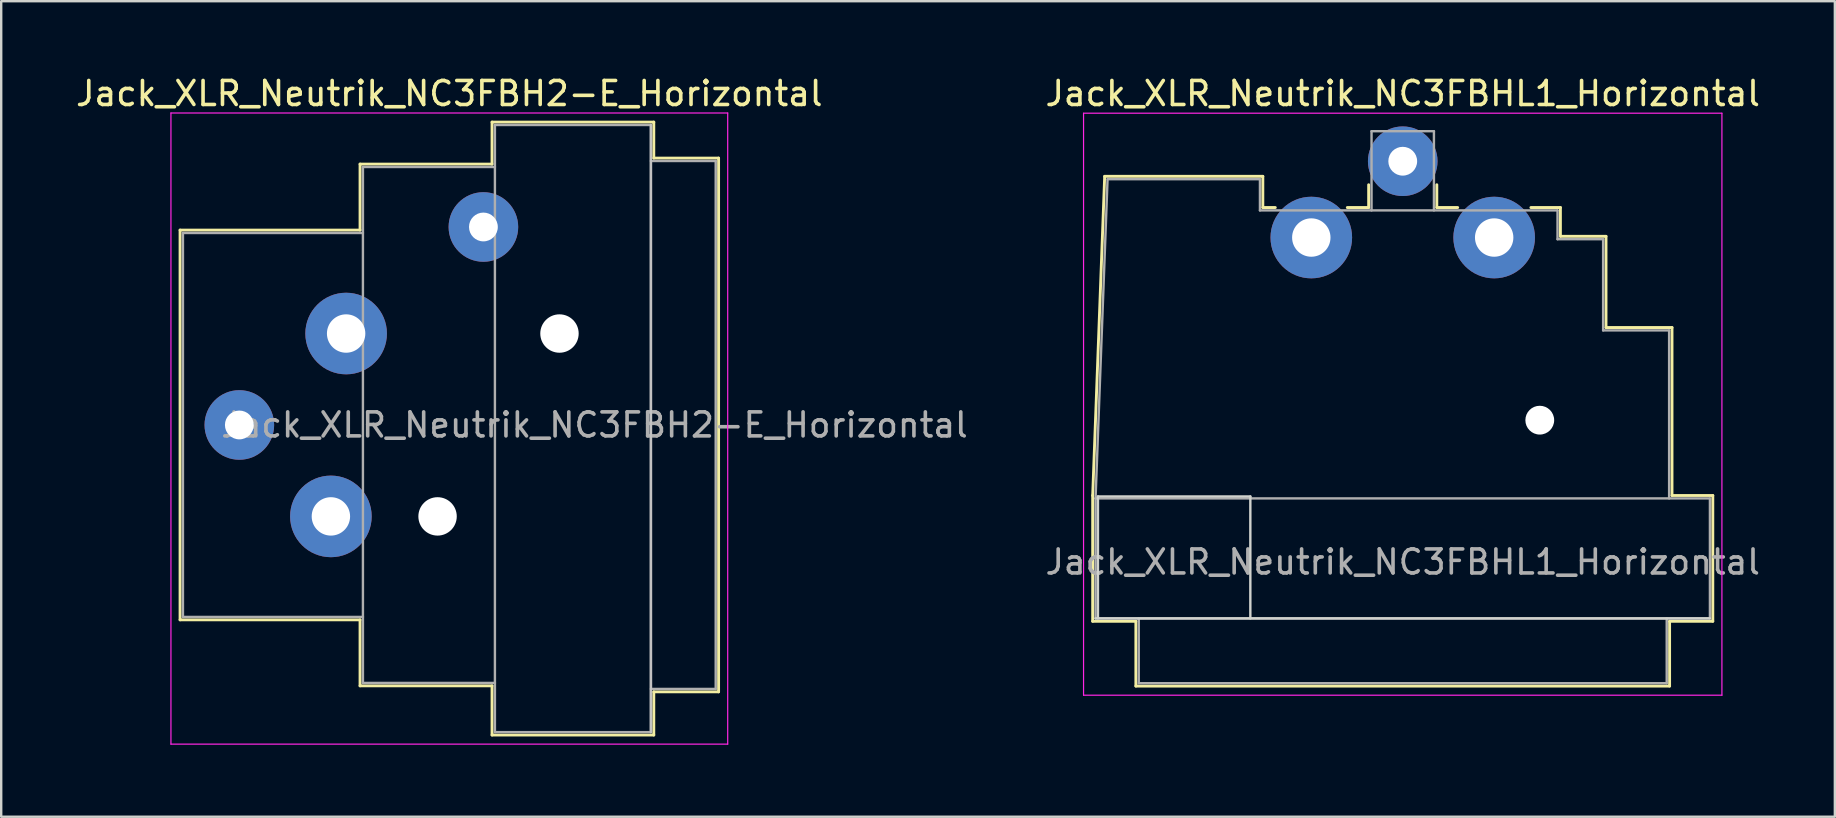
<source format=kicad_pcb>
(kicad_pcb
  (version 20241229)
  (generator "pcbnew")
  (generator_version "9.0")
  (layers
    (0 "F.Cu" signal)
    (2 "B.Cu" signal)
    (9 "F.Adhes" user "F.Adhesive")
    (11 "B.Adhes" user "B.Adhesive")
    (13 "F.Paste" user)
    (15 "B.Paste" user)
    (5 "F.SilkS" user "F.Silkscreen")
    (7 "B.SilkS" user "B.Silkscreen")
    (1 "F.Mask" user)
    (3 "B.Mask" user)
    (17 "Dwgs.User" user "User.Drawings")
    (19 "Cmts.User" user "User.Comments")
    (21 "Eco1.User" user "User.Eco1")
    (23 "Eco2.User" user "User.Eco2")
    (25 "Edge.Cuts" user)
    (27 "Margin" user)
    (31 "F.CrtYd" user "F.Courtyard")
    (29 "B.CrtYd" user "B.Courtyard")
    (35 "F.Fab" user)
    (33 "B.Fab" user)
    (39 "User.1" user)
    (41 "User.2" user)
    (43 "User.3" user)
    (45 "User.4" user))
  (footprint "Jack_XLR_Neutrik_NC3FBHL1_Horizontal"
    (layer "F.Cu")
    (at 51.591 6.848)
    (property "Reference" "Jack_XLR_Neutrik_NC3FBHL1_Horizontal" (at 3.81 -6 0) (layer "F.SilkS") (effects (font (size 1 1) (thickness 0.15))))
    (attr through_hole)
    (fp_line (start -9.11 10.75) (end -8.61 -2.55) (stroke (width 0.12) (type solid)) (layer "F.SilkS"))
    (fp_line (start -9.11 15.99) (end -9.11 10.75) (stroke (width 0.12) (type solid)) (layer "F.SilkS"))
    (fp_line (start -8.61 -2.55) (end -2.02 -2.55) (stroke (width 0.12) (type solid)) (layer "F.SilkS"))
    (fp_line (start -7.31 15.99) (end -9.11 15.99) (stroke (width 0.12) (type solid)) (layer "F.SilkS"))
    (fp_line (start -7.31 15.99) (end -7.31 18.69) (stroke (width 0.12) (type solid)) (layer "F.SilkS"))
    (fp_line (start -2.02 -2.55) (end -2.02 -1.25) (stroke (width 0.12) (type solid)) (layer "F.SilkS"))
    (fp_line (start -2.02 -1.25) (end -1.5 -1.25) (stroke (width 0.12) (type solid)) (layer "F.SilkS"))
    (fp_line (start 1.5 -1.25) (end 2.39 -1.25) (stroke (width 0.12) (type solid)) (layer "F.SilkS"))
    (fp_line (start 2.39 -1.25) (end 2.39 -2.2) (stroke (width 0.12) (type solid)) (layer "F.SilkS"))
    (fp_line (start 5.23 -1.25) (end 5.23 -2.2) (stroke (width 0.12) (type solid)) (layer "F.SilkS"))
    (fp_line (start 5.23 -1.25) (end 6.1 -1.25) (stroke (width 0.12) (type solid)) (layer "F.SilkS"))
    (fp_line (start 9.15 -1.25) (end 10.38 -1.25) (stroke (width 0.12) (type solid)) (layer "F.SilkS"))
    (fp_line (start 10.38 -0.05) (end 10.38 -1.25) (stroke (width 0.12) (type solid)) (layer "F.SilkS"))
    (fp_line (start 10.38 -0.05) (end 12.28 -0.05) (stroke (width 0.12) (type solid)) (layer "F.SilkS"))
    (fp_line (start 12.28 3.75) (end 12.28 -0.05) (stroke (width 0.12) (type solid)) (layer "F.SilkS"))
    (fp_line (start 12.28 3.75) (end 15.03 3.75) (stroke (width 0.12) (type solid)) (layer "F.SilkS"))
    (fp_line (start 14.93 15.99) (end 14.93 18.69) (stroke (width 0.12) (type solid)) (layer "F.SilkS"))
    (fp_line (start 14.93 18.69) (end -7.31 18.69) (stroke (width 0.12) (type solid)) (layer "F.SilkS"))
    (fp_line (start 15.03 10.75) (end 15.03 3.75) (stroke (width 0.12) (type solid)) (layer "F.SilkS"))
    (fp_line (start 15.03 10.75) (end 16.73 10.75) (stroke (width 0.12) (type solid)) (layer "F.SilkS"))
    (fp_line (start 16.73 15.99) (end 14.93 15.99) (stroke (width 0.12) (type solid)) (layer "F.SilkS"))
    (fp_line (start 16.73 15.99) (end 16.73 10.75) (stroke (width 0.12) (type solid)) (layer "F.SilkS"))
    (fp_line (start -8.89 10.79) (end -8.89 15.87) (stroke (width 0.1) (type solid)) (layer "Edge.Cuts"))
    (fp_line (start -2.54 10.79) (end -8.89 10.79) (stroke (width 0.1) (type solid)) (layer "Edge.Cuts"))
    (fp_line (start -2.54 15.87) (end -2.54 10.79) (stroke (width 0.1) (type solid)) (layer "Edge.Cuts"))
    (fp_line (start 16.61 15.87) (end -8.99 15.87) (stroke (width 0.1) (type solid)) (layer "Edge.Cuts"))
    (fp_line (start -9.49 19.07) (end -9.49 -5.18) (stroke (width 0.05) (type solid)) (layer "F.CrtYd"))
    (fp_line (start 17.11 -5.18) (end -9.49 -5.18) (stroke (width 0.05) (type solid)) (layer "F.CrtYd"))
    (fp_line (start 17.11 19.07) (end -9.49 19.07) (stroke (width 0.05) (type solid)) (layer "F.CrtYd"))
    (fp_line (start 17.11 19.07) (end 17.11 -5.18) (stroke (width 0.05) (type solid)) (layer "F.CrtYd"))
    (fp_line (start -8.99 10.87) (end 16.61 10.87) (stroke (width 0.1) (type solid)) (layer "F.Fab"))
    (fp_line (start -8.99 15.87) (end -8.99 10.87) (stroke (width 0.1) (type solid)) (layer "F.Fab"))
    (fp_line (start -8.49 -2.43) (end -8.99 10.87) (stroke (width 0.1) (type solid)) (layer "F.Fab"))
    (fp_line (start -8.49 -2.43) (end -2.14 -2.43) (stroke (width 0.1) (type solid)) (layer "F.Fab"))
    (fp_line (start -7.19 18.57) (end -7.19 15.87) (stroke (width 0.1) (type solid)) (layer "F.Fab"))
    (fp_line (start -2.14 -1.13) (end -2.14 -2.43) (stroke (width 0.1) (type solid)) (layer "F.Fab"))
    (fp_line (start -2.14 -1.13) (end 10.26 -1.13) (stroke (width 0.1) (type solid)) (layer "F.Fab"))
    (fp_line (start 2.51 -4.43) (end 2.51 -1.13) (stroke (width 0.1) (type solid)) (layer "F.Fab"))
    (fp_line (start 2.51 -4.43) (end 5.11 -4.43) (stroke (width 0.1) (type solid)) (layer "F.Fab"))
    (fp_line (start 5.11 -4.43) (end 5.11 -1.13) (stroke (width 0.1) (type solid)) (layer "F.Fab"))
    (fp_line (start 10.26 -1.13) (end 10.26 0.07) (stroke (width 0.1) (type solid)) (layer "F.Fab"))
    (fp_line (start 10.26 0.07) (end 12.16 0.07) (stroke (width 0.1) (type solid)) (layer "F.Fab"))
    (fp_line (start 12.16 0.07) (end 12.16 3.87) (stroke (width 0.1) (type solid)) (layer "F.Fab"))
    (fp_line (start 12.16 3.87) (end 14.91 3.87) (stroke (width 0.1) (type solid)) (layer "F.Fab"))
    (fp_line (start 14.81 15.87) (end 14.81 18.57) (stroke (width 0.1) (type solid)) (layer "F.Fab"))
    (fp_line (start 14.81 18.57) (end -7.19 18.57) (stroke (width 0.1) (type solid)) (layer "F.Fab"))
    (fp_line (start 14.91 3.87) (end 14.91 10.87) (stroke (width 0.1) (type solid)) (layer "F.Fab"))
    (fp_line (start 16.61 10.87) (end 16.61 15.87) (stroke (width 0.1) (type solid)) (layer "F.Fab"))
    (fp_line (start 16.61 15.87) (end -8.99 15.87) (stroke (width 0.1) (type solid)) (layer "F.Fab"))
    (fp_text user "${REFERENCE}" (at 3.81 13.52 0) (layer "F.Fab") (effects (font (size 1 1) (thickness 0.15))))
    (pad "" np_thru_hole circle (at 9.52 7.61) (size 1.2 1.2) (drill 1.2) (layers "*.Cu" "*.Mask"))
    (pad "1" thru_hole circle (at 0 0) (size 3.4 3.4) (drill 1.6) (layers "*.Cu" "*.Mask"))
    (pad "2" thru_hole circle (at 3.81 -3.18) (size 2.9 2.9) (drill 1.2) (layers "*.Cu" "*.Mask"))
    (pad "3" thru_hole circle (at 7.62 0) (size 3.4 3.4) (drill 1.6) (layers "*.Cu" "*.Mask")))
  (footprint "Jack_XLR_Neutrik_NC3FBH2-E_Horizontal"
    (layer "F.Cu")
    (at 11.373 10.848)
    (property "Reference" "Jack_XLR_Neutrik_NC3FBH2-E_Horizontal" (at 4.3 -10 0) (layer "F.SilkS") (effects (font (size 1 1) (thickness 0.15))))
    (attr through_hole)
    (fp_line (start -6.92 -4.31) (end -6.92 11.93) (stroke (width 0.12) (type solid)) (layer "F.SilkS"))
    (fp_line (start 0.58 -7.06) (end 0.58 -4.31) (stroke (width 0.12) (type solid)) (layer "F.SilkS"))
    (fp_line (start 0.58 -4.31) (end -6.92 -4.31) (stroke (width 0.12) (type solid)) (layer "F.SilkS"))
    (fp_line (start 0.58 11.93) (end -6.92 11.93) (stroke (width 0.12) (type solid)) (layer "F.SilkS"))
    (fp_line (start 0.58 11.93) (end 0.58 14.68) (stroke (width 0.12) (type solid)) (layer "F.SilkS"))
    (fp_line (start 6.08 -7.06) (end 0.58 -7.06) (stroke (width 0.12) (type solid)) (layer "F.SilkS"))
    (fp_line (start 6.08 -7.06) (end 6.08 -8.81) (stroke (width 0.12) (type solid)) (layer "F.SilkS"))
    (fp_line (start 6.08 14.68) (end 0.58 14.68) (stroke (width 0.12) (type solid)) (layer "F.SilkS"))
    (fp_line (start 6.08 16.73) (end 6.08 14.68) (stroke (width 0.12) (type solid)) (layer "F.SilkS"))
    (fp_line (start 12.82 -8.81) (end 6.08 -8.81) (stroke (width 0.12) (type solid)) (layer "F.SilkS"))
    (fp_line (start 12.82 -8.81) (end 12.82 -7.31) (stroke (width 0.12) (type solid)) (layer "F.SilkS"))
    (fp_line (start 12.82 -7.31) (end 15.52 -7.31) (stroke (width 0.12) (type solid)) (layer "F.SilkS"))
    (fp_line (start 12.82 14.93) (end 12.82 16.73) (stroke (width 0.12) (type solid)) (layer "F.SilkS"))
    (fp_line (start 12.82 14.93) (end 15.52 14.93) (stroke (width 0.12) (type solid)) (layer "F.SilkS"))
    (fp_line (start 12.82 16.73) (end 6.08 16.73) (stroke (width 0.12) (type solid)) (layer "F.SilkS"))
    (fp_line (start 15.52 -7.31) (end 15.52 14.93) (stroke (width 0.12) (type solid)) (layer "F.SilkS"))
    (fp_line (start 12.7 -8.69) (end 12.7 16.61) (stroke (width 0.1) (type solid)) (layer "Dwgs.User"))
    (fp_line (start -7.3 -9.19) (end -7.3 17.11) (stroke (width 0.05) (type solid)) (layer "F.CrtYd"))
    (fp_line (start 15.9 -9.19) (end -7.3 -9.19) (stroke (width 0.05) (type solid)) (layer "F.CrtYd"))
    (fp_line (start 15.9 -9.19) (end 15.9 17.11) (stroke (width 0.05) (type solid)) (layer "F.CrtYd"))
    (fp_line (start 15.9 17.11) (end -7.3 17.11) (stroke (width 0.05) (type solid)) (layer "F.CrtYd"))
    (fp_line (start -6.8 -4.19) (end -6.8 11.81) (stroke (width 0.1) (type solid)) (layer "F.Fab"))
    (fp_line (start -6.8 11.81) (end 0.7 11.81) (stroke (width 0.1) (type solid)) (layer "F.Fab"))
    (fp_line (start 0.7 -6.94) (end 0.7 14.56) (stroke (width 0.1) (type solid)) (layer "F.Fab"))
    (fp_line (start 0.7 -4.19) (end -6.8 -4.19) (stroke (width 0.1) (type solid)) (layer "F.Fab"))
    (fp_line (start 0.7 14.56) (end 6.2 14.56) (stroke (width 0.1) (type solid)) (layer "F.Fab"))
    (fp_line (start 6.2 -8.69) (end 12.7 -8.69) (stroke (width 0.1) (type solid)) (layer "F.Fab"))
    (fp_line (start 6.2 -6.94) (end 0.7 -6.94) (stroke (width 0.1) (type solid)) (layer "F.Fab"))
    (fp_line (start 6.2 16.61) (end 6.2 -8.69) (stroke (width 0.1) (type solid)) (layer "F.Fab"))
    (fp_line (start 12.7 -8.69) (end 12.7 16.61) (stroke (width 0.1) (type solid)) (layer "F.Fab"))
    (fp_line (start 12.7 -7.19) (end 15.4 -7.19) (stroke (width 0.1) (type solid)) (layer "F.Fab"))
    (fp_line (start 12.7 16.61) (end 6.2 16.61) (stroke (width 0.1) (type solid)) (layer "F.Fab"))
    (fp_line (start 15.4 -7.19) (end 15.4 14.81) (stroke (width 0.1) (type solid)) (layer "F.Fab"))
    (fp_line (start 15.4 14.81) (end 12.7 14.81) (stroke (width 0.1) (type solid)) (layer "F.Fab"))
    (fp_text user "${REFERENCE}" (at 10.35 3.81 0) (layer "F.Fab") (effects (font (size 1 1) (thickness 0.15))))
    (pad "" np_thru_hole circle (at 3.81 7.62) (size 1.6 1.6) (drill 1.6) (layers "*.Cu" "*.Mask"))
    (pad "" np_thru_hole circle (at 8.89 0) (size 1.6 1.6) (drill 1.6) (layers "*.Cu" "*.Mask"))
    (pad "1" thru_hole circle (at 0 0) (size 3.4 3.4) (drill 1.6) (layers "*.Cu" "*.Mask"))
    (pad "2" thru_hole circle (at -0.635 7.62) (size 3.4 3.4) (drill 1.6) (layers "*.Cu" "*.Mask"))
    (pad "3" thru_hole circle (at -4.45 3.81) (size 2.9 2.9) (drill 1.2) (layers "*.Cu" "*.Mask"))
    (pad "G" thru_hole circle (at 5.72 -4.44) (size 2.9 2.9) (drill 1.2) (layers "*.Cu" "*.Mask")))
  (gr_rect
    (start -3 -3)
    (end 73.407 30.983)
    (stroke (width 0.1) (type default))
    (fill no)
    (layer "Edge.Cuts")))
</source>
